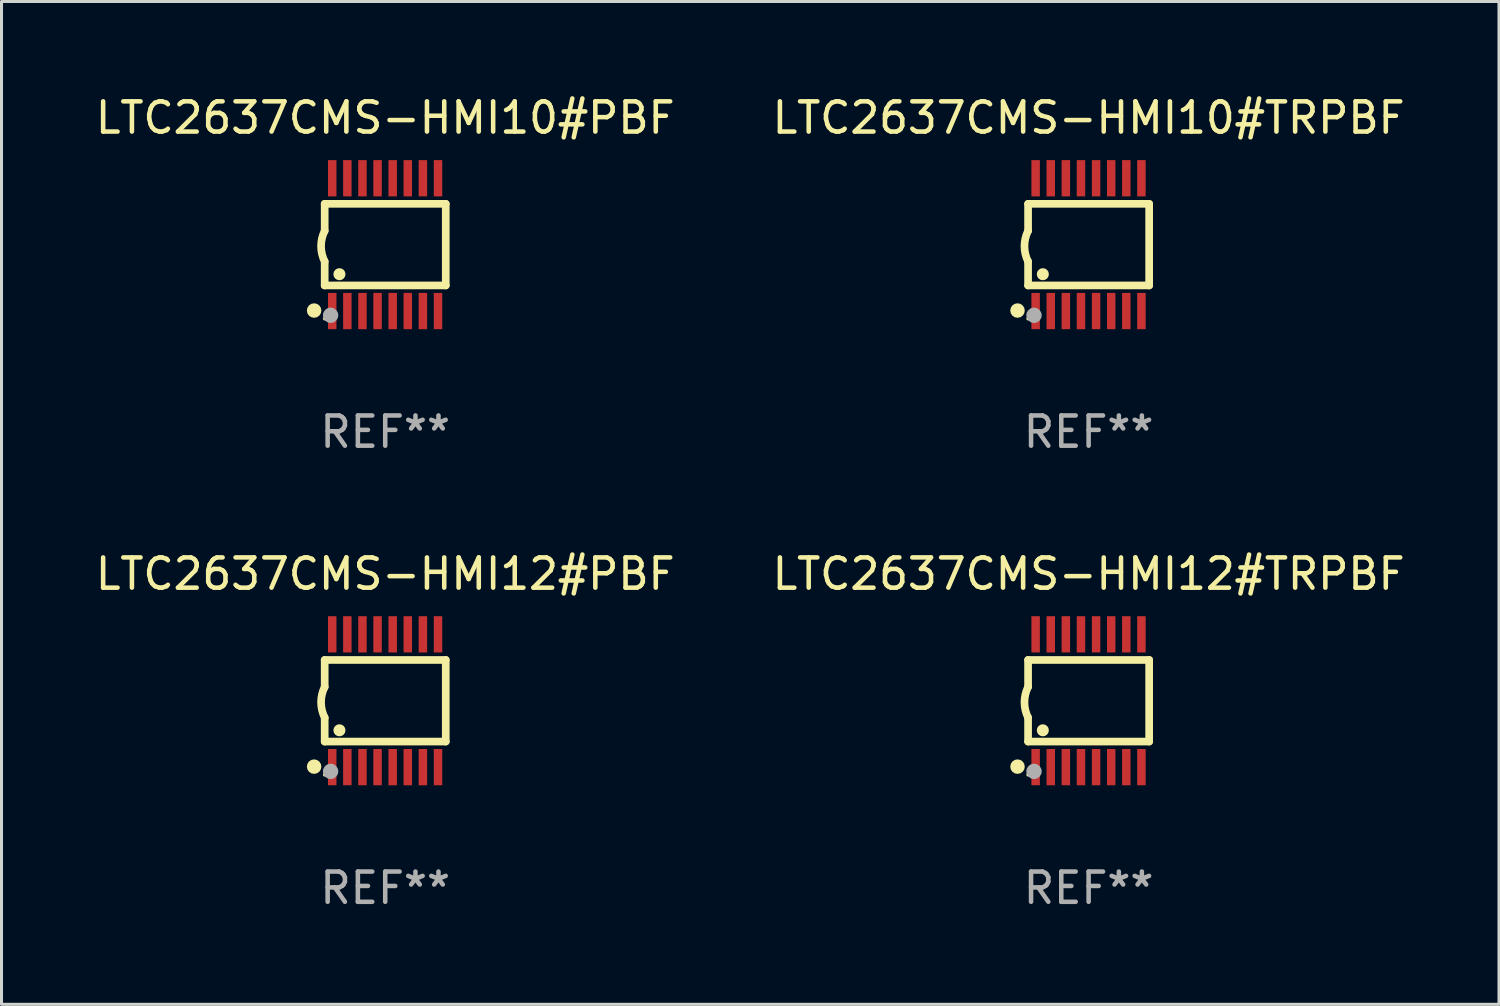
<source format=kicad_pcb>
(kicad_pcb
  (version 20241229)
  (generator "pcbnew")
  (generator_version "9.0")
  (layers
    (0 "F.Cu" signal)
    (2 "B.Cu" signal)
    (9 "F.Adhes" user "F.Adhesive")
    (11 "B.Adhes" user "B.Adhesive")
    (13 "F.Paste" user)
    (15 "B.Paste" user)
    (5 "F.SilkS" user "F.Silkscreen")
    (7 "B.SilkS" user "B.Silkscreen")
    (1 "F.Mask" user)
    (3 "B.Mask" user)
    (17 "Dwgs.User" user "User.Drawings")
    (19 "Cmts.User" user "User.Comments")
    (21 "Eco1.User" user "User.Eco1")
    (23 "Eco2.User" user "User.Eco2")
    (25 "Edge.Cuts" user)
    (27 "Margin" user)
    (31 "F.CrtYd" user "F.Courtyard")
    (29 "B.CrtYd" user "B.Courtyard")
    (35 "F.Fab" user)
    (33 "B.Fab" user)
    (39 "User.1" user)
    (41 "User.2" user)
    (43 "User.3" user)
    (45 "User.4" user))
  (footprint "LTC2637CMS-HMI12#TRPBF"
    (layer "F.Cu")
    (at 32.97 20.136)
    (property "Reference" "LTC2637CMS-HMI12#TRPBF" (at 0 -4.197 0) (layer "F.SilkS") (effects (font (size 1 1) (thickness 0.15))))
    (attr through_hole)
    (fp_line (start -2.003 -1.35) (end -2.003 -0.457) (stroke (width 0.254) (type solid)) (layer "F.SilkS"))
    (fp_line (start -2.003 -1.35) (end 2.003 -1.35) (stroke (width 0.254) (type solid)) (layer "F.SilkS"))
    (fp_line (start -2.003 1.35) (end -2.003 0.559) (stroke (width 0.254) (type solid)) (layer "F.SilkS"))
    (fp_line (start -2.003 1.35) (end 2.003 1.35) (stroke (width 0.254) (type solid)) (layer "F.SilkS"))
    (fp_line (start 2.003 -1.35) (end 2.003 1.35) (stroke (width 0.254) (type solid)) (layer "F.SilkS"))
    (fp_arc (start -2.002286 0.558802) (mid -2.122556 0.05092) (end -2.003302 -0.457201) (stroke (width 0.254001) (type solid)) (layer "F.SilkS"))
    (fp_circle (center -2.353 2.18) (end -2.233 2.18) (stroke (width 0.24) (type solid)) (fill no) (layer "F.SilkS"))
    (fp_circle (center -2.003 2.45) (end -1.973 2.45) (stroke (width 0.06) (type solid)) (fill no) (layer "F.SilkS"))
    (fp_circle (center -1.515 0.978) (end -1.415 0.978) (stroke (width 0.2) (type solid)) (fill no) (layer "F.SilkS"))
    (fp_circle (center -1.807 2.337) (end -1.68 2.337) (stroke (width 0.254) (type solid)) (fill no) (layer "F.Fab"))
    (fp_text user "REF**" (at 0 6.197 0) (layer "F.Fab") (effects (font (size 1 1) (thickness 0.15))))
    (pad "1" smd rect (at -1.753 2.197 90) (size 1.2 0.28) (layers "F.Cu" "F.Mask" "F.Paste"))
    (pad "2" smd rect (at -1.253 2.197 90) (size 1.2 0.28) (layers "F.Cu" "F.Mask" "F.Paste"))
    (pad "3" smd rect (at -0.753 2.197 90) (size 1.2 0.28) (layers "F.Cu" "F.Mask" "F.Paste"))
    (pad "4" smd rect (at -0.253 2.197 90) (size 1.2 0.28) (layers "F.Cu" "F.Mask" "F.Paste"))
    (pad "5" smd rect (at 0.247 2.197 90) (size 1.2 0.28) (layers "F.Cu" "F.Mask" "F.Paste"))
    (pad "6" smd rect (at 0.747 2.197 90) (size 1.2 0.28) (layers "F.Cu" "F.Mask" "F.Paste"))
    (pad "7" smd rect (at 1.247 2.197 90) (size 1.2 0.28) (layers "F.Cu" "F.Mask" "F.Paste"))
    (pad "8" smd rect (at 1.747 2.197 90) (size 1.2 0.28) (layers "F.Cu" "F.Mask" "F.Paste"))
    (pad "9" smd rect (at 1.747 -2.197 90) (size 1.2 0.28) (layers "F.Cu" "F.Mask" "F.Paste"))
    (pad "10" smd rect (at 1.247 -2.197 90) (size 1.2 0.28) (layers "F.Cu" "F.Mask" "F.Paste"))
    (pad "11" smd rect (at 0.747 -2.197 90) (size 1.2 0.28) (layers "F.Cu" "F.Mask" "F.Paste"))
    (pad "12" smd rect (at 0.247 -2.197 90) (size 1.2 0.28) (layers "F.Cu" "F.Mask" "F.Paste"))
    (pad "13" smd rect (at -0.253 -2.197 90) (size 1.2 0.28) (layers "F.Cu" "F.Mask" "F.Paste"))
    (pad "14" smd rect (at -0.753 -2.197 90) (size 1.2 0.28) (layers "F.Cu" "F.Mask" "F.Paste"))
    (pad "15" smd rect (at -1.253 -2.197 90) (size 1.2 0.28) (layers "F.Cu" "F.Mask" "F.Paste"))
    (pad "16" smd rect (at -1.753 -2.197 90) (size 1.2 0.28) (layers "F.Cu" "F.Mask" "F.Paste")))
  (footprint "LTC2637CMS-HMI10#TRPBF"
    (layer "F.Cu")
    (at 32.97 5.045)
    (property "Reference" "LTC2637CMS-HMI10#TRPBF" (at 0 -4.197 0) (layer "F.SilkS") (effects (font (size 1 1) (thickness 0.15))))
    (attr through_hole)
    (fp_line (start -2.003 -1.35) (end -2.003 -0.457) (stroke (width 0.254) (type solid)) (layer "F.SilkS"))
    (fp_line (start -2.003 -1.35) (end 2.003 -1.35) (stroke (width 0.254) (type solid)) (layer "F.SilkS"))
    (fp_line (start -2.003 1.35) (end -2.003 0.559) (stroke (width 0.254) (type solid)) (layer "F.SilkS"))
    (fp_line (start -2.003 1.35) (end 2.003 1.35) (stroke (width 0.254) (type solid)) (layer "F.SilkS"))
    (fp_line (start 2.003 -1.35) (end 2.003 1.35) (stroke (width 0.254) (type solid)) (layer "F.SilkS"))
    (fp_arc (start -2.002286 0.558802) (mid -2.122556 0.05092) (end -2.003302 -0.457201) (stroke (width 0.254001) (type solid)) (layer "F.SilkS"))
    (fp_circle (center -2.353 2.18) (end -2.233 2.18) (stroke (width 0.24) (type solid)) (fill no) (layer "F.SilkS"))
    (fp_circle (center -2.003 2.45) (end -1.973 2.45) (stroke (width 0.06) (type solid)) (fill no) (layer "F.SilkS"))
    (fp_circle (center -1.515 0.978) (end -1.415 0.978) (stroke (width 0.2) (type solid)) (fill no) (layer "F.SilkS"))
    (fp_circle (center -1.807 2.337) (end -1.68 2.337) (stroke (width 0.254) (type solid)) (fill no) (layer "F.Fab"))
    (fp_text user "REF**" (at 0 6.197 0) (layer "F.Fab") (effects (font (size 1 1) (thickness 0.15))))
    (pad "1" smd rect (at -1.753 2.197 90) (size 1.2 0.28) (layers "F.Cu" "F.Mask" "F.Paste"))
    (pad "2" smd rect (at -1.253 2.197 90) (size 1.2 0.28) (layers "F.Cu" "F.Mask" "F.Paste"))
    (pad "3" smd rect (at -0.753 2.197 90) (size 1.2 0.28) (layers "F.Cu" "F.Mask" "F.Paste"))
    (pad "4" smd rect (at -0.253 2.197 90) (size 1.2 0.28) (layers "F.Cu" "F.Mask" "F.Paste"))
    (pad "5" smd rect (at 0.247 2.197 90) (size 1.2 0.28) (layers "F.Cu" "F.Mask" "F.Paste"))
    (pad "6" smd rect (at 0.747 2.197 90) (size 1.2 0.28) (layers "F.Cu" "F.Mask" "F.Paste"))
    (pad "7" smd rect (at 1.247 2.197 90) (size 1.2 0.28) (layers "F.Cu" "F.Mask" "F.Paste"))
    (pad "8" smd rect (at 1.747 2.197 90) (size 1.2 0.28) (layers "F.Cu" "F.Mask" "F.Paste"))
    (pad "9" smd rect (at 1.747 -2.197 90) (size 1.2 0.28) (layers "F.Cu" "F.Mask" "F.Paste"))
    (pad "10" smd rect (at 1.247 -2.197 90) (size 1.2 0.28) (layers "F.Cu" "F.Mask" "F.Paste"))
    (pad "11" smd rect (at 0.747 -2.197 90) (size 1.2 0.28) (layers "F.Cu" "F.Mask" "F.Paste"))
    (pad "12" smd rect (at 0.247 -2.197 90) (size 1.2 0.28) (layers "F.Cu" "F.Mask" "F.Paste"))
    (pad "13" smd rect (at -0.253 -2.197 90) (size 1.2 0.28) (layers "F.Cu" "F.Mask" "F.Paste"))
    (pad "14" smd rect (at -0.753 -2.197 90) (size 1.2 0.28) (layers "F.Cu" "F.Mask" "F.Paste"))
    (pad "15" smd rect (at -1.253 -2.197 90) (size 1.2 0.28) (layers "F.Cu" "F.Mask" "F.Paste"))
    (pad "16" smd rect (at -1.753 -2.197 90) (size 1.2 0.28) (layers "F.Cu" "F.Mask" "F.Paste")))
  (footprint "LTC2637CMS-HMI10#PBF"
    (layer "F.Cu")
    (at 9.696 5.045)
    (property "Reference" "LTC2637CMS-HMI10#PBF" (at 0 -4.197 0) (layer "F.SilkS") (effects (font (size 1 1) (thickness 0.15))))
    (attr through_hole)
    (fp_line (start -2.003 -1.35) (end -2.003 -0.457) (stroke (width 0.254) (type solid)) (layer "F.SilkS"))
    (fp_line (start -2.003 -1.35) (end 2.003 -1.35) (stroke (width 0.254) (type solid)) (layer "F.SilkS"))
    (fp_line (start -2.003 1.35) (end -2.003 0.559) (stroke (width 0.254) (type solid)) (layer "F.SilkS"))
    (fp_line (start -2.003 1.35) (end 2.003 1.35) (stroke (width 0.254) (type solid)) (layer "F.SilkS"))
    (fp_line (start 2.003 -1.35) (end 2.003 1.35) (stroke (width 0.254) (type solid)) (layer "F.SilkS"))
    (fp_arc (start -2.002286 0.558802) (mid -2.122556 0.05092) (end -2.003302 -0.457201) (stroke (width 0.254001) (type solid)) (layer "F.SilkS"))
    (fp_circle (center -2.353 2.18) (end -2.233 2.18) (stroke (width 0.24) (type solid)) (fill no) (layer "F.SilkS"))
    (fp_circle (center -2.003 2.45) (end -1.973 2.45) (stroke (width 0.06) (type solid)) (fill no) (layer "F.SilkS"))
    (fp_circle (center -1.515 0.978) (end -1.415 0.978) (stroke (width 0.2) (type solid)) (fill no) (layer "F.SilkS"))
    (fp_circle (center -1.807 2.337) (end -1.68 2.337) (stroke (width 0.254) (type solid)) (fill no) (layer "F.Fab"))
    (fp_text user "REF**" (at 0 6.197 0) (layer "F.Fab") (effects (font (size 1 1) (thickness 0.15))))
    (pad "1" smd rect (at -1.753 2.197 90) (size 1.2 0.28) (layers "F.Cu" "F.Mask" "F.Paste"))
    (pad "2" smd rect (at -1.253 2.197 90) (size 1.2 0.28) (layers "F.Cu" "F.Mask" "F.Paste"))
    (pad "3" smd rect (at -0.753 2.197 90) (size 1.2 0.28) (layers "F.Cu" "F.Mask" "F.Paste"))
    (pad "4" smd rect (at -0.253 2.197 90) (size 1.2 0.28) (layers "F.Cu" "F.Mask" "F.Paste"))
    (pad "5" smd rect (at 0.247 2.197 90) (size 1.2 0.28) (layers "F.Cu" "F.Mask" "F.Paste"))
    (pad "6" smd rect (at 0.747 2.197 90) (size 1.2 0.28) (layers "F.Cu" "F.Mask" "F.Paste"))
    (pad "7" smd rect (at 1.247 2.197 90) (size 1.2 0.28) (layers "F.Cu" "F.Mask" "F.Paste"))
    (pad "8" smd rect (at 1.747 2.197 90) (size 1.2 0.28) (layers "F.Cu" "F.Mask" "F.Paste"))
    (pad "9" smd rect (at 1.747 -2.197 90) (size 1.2 0.28) (layers "F.Cu" "F.Mask" "F.Paste"))
    (pad "10" smd rect (at 1.247 -2.197 90) (size 1.2 0.28) (layers "F.Cu" "F.Mask" "F.Paste"))
    (pad "11" smd rect (at 0.747 -2.197 90) (size 1.2 0.28) (layers "F.Cu" "F.Mask" "F.Paste"))
    (pad "12" smd rect (at 0.247 -2.197 90) (size 1.2 0.28) (layers "F.Cu" "F.Mask" "F.Paste"))
    (pad "13" smd rect (at -0.253 -2.197 90) (size 1.2 0.28) (layers "F.Cu" "F.Mask" "F.Paste"))
    (pad "14" smd rect (at -0.753 -2.197 90) (size 1.2 0.28) (layers "F.Cu" "F.Mask" "F.Paste"))
    (pad "15" smd rect (at -1.253 -2.197 90) (size 1.2 0.28) (layers "F.Cu" "F.Mask" "F.Paste"))
    (pad "16" smd rect (at -1.753 -2.197 90) (size 1.2 0.28) (layers "F.Cu" "F.Mask" "F.Paste")))
  (footprint "LTC2637CMS-HMI12#PBF"
    (layer "F.Cu")
    (at 9.696 20.136)
    (property "Reference" "LTC2637CMS-HMI12#PBF" (at 0 -4.197 0) (layer "F.SilkS") (effects (font (size 1 1) (thickness 0.15))))
    (attr through_hole)
    (fp_line (start -2.003 -1.35) (end -2.003 -0.457) (stroke (width 0.254) (type solid)) (layer "F.SilkS"))
    (fp_line (start -2.003 -1.35) (end 2.003 -1.35) (stroke (width 0.254) (type solid)) (layer "F.SilkS"))
    (fp_line (start -2.003 1.35) (end -2.003 0.559) (stroke (width 0.254) (type solid)) (layer "F.SilkS"))
    (fp_line (start -2.003 1.35) (end 2.003 1.35) (stroke (width 0.254) (type solid)) (layer "F.SilkS"))
    (fp_line (start 2.003 -1.35) (end 2.003 1.35) (stroke (width 0.254) (type solid)) (layer "F.SilkS"))
    (fp_arc (start -2.002286 0.558802) (mid -2.122556 0.05092) (end -2.003302 -0.457201) (stroke (width 0.254001) (type solid)) (layer "F.SilkS"))
    (fp_circle (center -2.353 2.18) (end -2.233 2.18) (stroke (width 0.24) (type solid)) (fill no) (layer "F.SilkS"))
    (fp_circle (center -2.003 2.45) (end -1.973 2.45) (stroke (width 0.06) (type solid)) (fill no) (layer "F.SilkS"))
    (fp_circle (center -1.515 0.978) (end -1.415 0.978) (stroke (width 0.2) (type solid)) (fill no) (layer "F.SilkS"))
    (fp_circle (center -1.807 2.337) (end -1.68 2.337) (stroke (width 0.254) (type solid)) (fill no) (layer "F.Fab"))
    (fp_text user "REF**" (at 0 6.197 0) (layer "F.Fab") (effects (font (size 1 1) (thickness 0.15))))
    (pad "1" smd rect (at -1.753 2.197 90) (size 1.2 0.28) (layers "F.Cu" "F.Mask" "F.Paste"))
    (pad "2" smd rect (at -1.253 2.197 90) (size 1.2 0.28) (layers "F.Cu" "F.Mask" "F.Paste"))
    (pad "3" smd rect (at -0.753 2.197 90) (size 1.2 0.28) (layers "F.Cu" "F.Mask" "F.Paste"))
    (pad "4" smd rect (at -0.253 2.197 90) (size 1.2 0.28) (layers "F.Cu" "F.Mask" "F.Paste"))
    (pad "5" smd rect (at 0.247 2.197 90) (size 1.2 0.28) (layers "F.Cu" "F.Mask" "F.Paste"))
    (pad "6" smd rect (at 0.747 2.197 90) (size 1.2 0.28) (layers "F.Cu" "F.Mask" "F.Paste"))
    (pad "7" smd rect (at 1.247 2.197 90) (size 1.2 0.28) (layers "F.Cu" "F.Mask" "F.Paste"))
    (pad "8" smd rect (at 1.747 2.197 90) (size 1.2 0.28) (layers "F.Cu" "F.Mask" "F.Paste"))
    (pad "9" smd rect (at 1.747 -2.197 90) (size 1.2 0.28) (layers "F.Cu" "F.Mask" "F.Paste"))
    (pad "10" smd rect (at 1.247 -2.197 90) (size 1.2 0.28) (layers "F.Cu" "F.Mask" "F.Paste"))
    (pad "11" smd rect (at 0.747 -2.197 90) (size 1.2 0.28) (layers "F.Cu" "F.Mask" "F.Paste"))
    (pad "12" smd rect (at 0.247 -2.197 90) (size 1.2 0.28) (layers "F.Cu" "F.Mask" "F.Paste"))
    (pad "13" smd rect (at -0.253 -2.197 90) (size 1.2 0.28) (layers "F.Cu" "F.Mask" "F.Paste"))
    (pad "14" smd rect (at -0.753 -2.197 90) (size 1.2 0.28) (layers "F.Cu" "F.Mask" "F.Paste"))
    (pad "15" smd rect (at -1.253 -2.197 90) (size 1.2 0.28) (layers "F.Cu" "F.Mask" "F.Paste"))
    (pad "16" smd rect (at -1.753 -2.197 90) (size 1.2 0.28) (layers "F.Cu" "F.Mask" "F.Paste")))
  (gr_rect
    (start -3 -3)
    (end 46.548 30.181)
    (stroke (width 0.1) (type default))
    (fill no)
    (layer "Edge.Cuts")))
</source>
